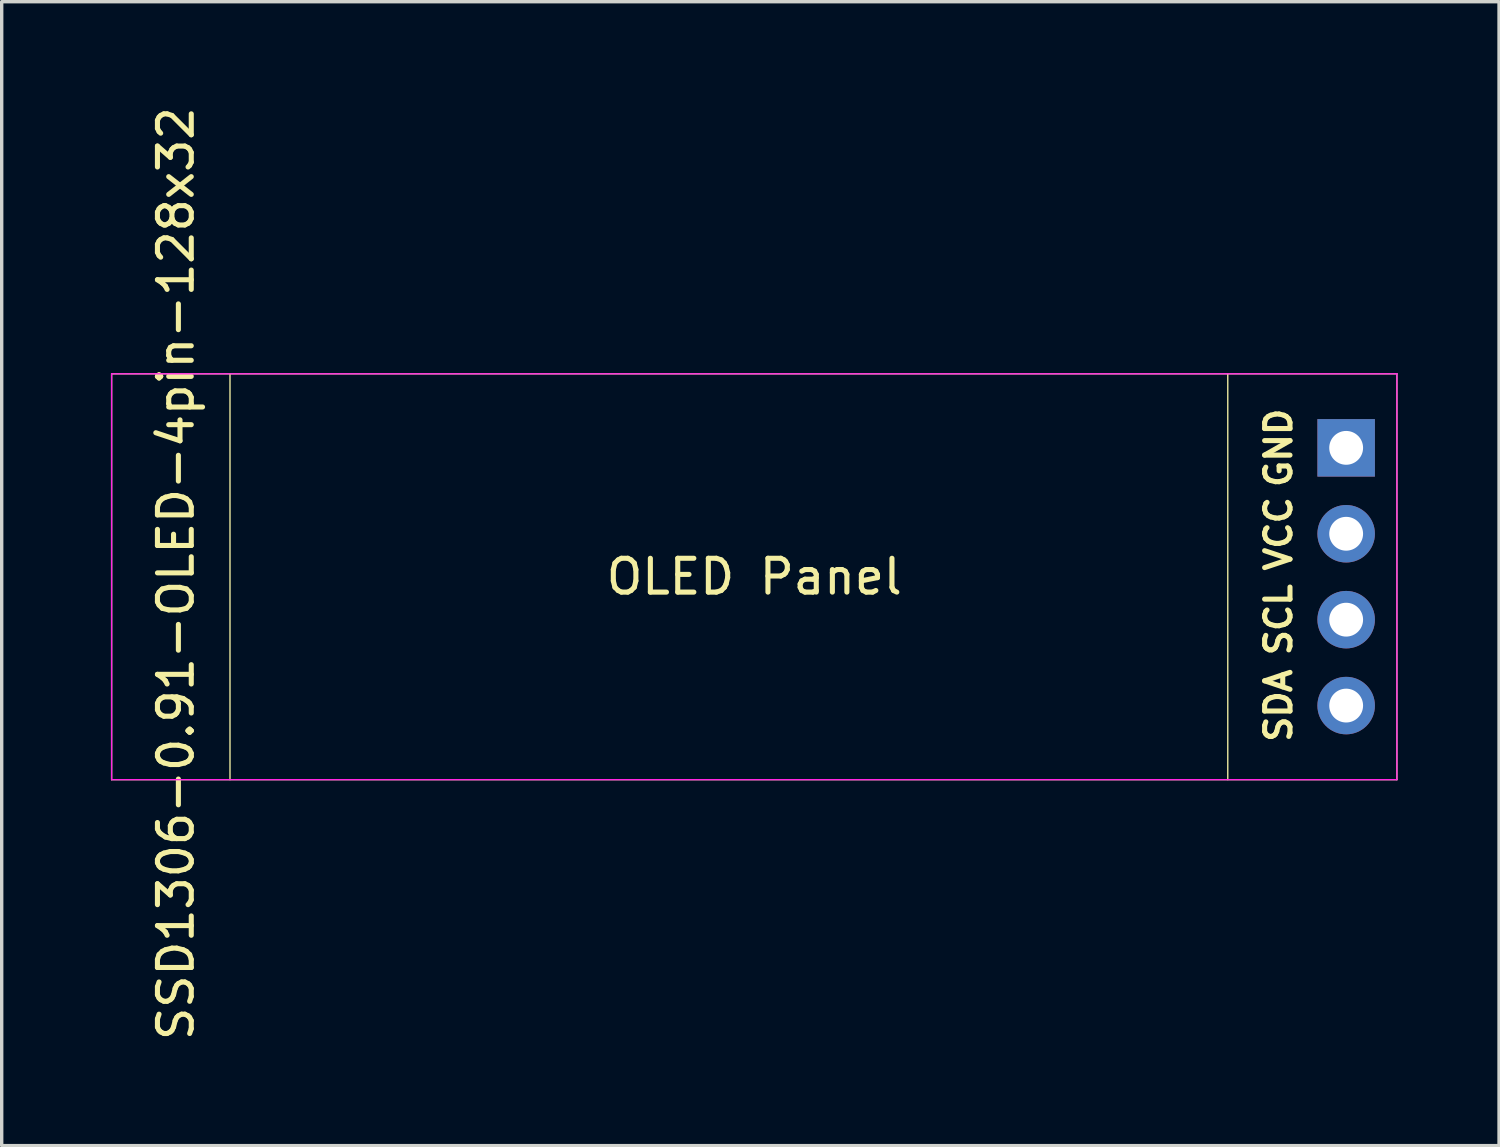
<source format=kicad_pcb>
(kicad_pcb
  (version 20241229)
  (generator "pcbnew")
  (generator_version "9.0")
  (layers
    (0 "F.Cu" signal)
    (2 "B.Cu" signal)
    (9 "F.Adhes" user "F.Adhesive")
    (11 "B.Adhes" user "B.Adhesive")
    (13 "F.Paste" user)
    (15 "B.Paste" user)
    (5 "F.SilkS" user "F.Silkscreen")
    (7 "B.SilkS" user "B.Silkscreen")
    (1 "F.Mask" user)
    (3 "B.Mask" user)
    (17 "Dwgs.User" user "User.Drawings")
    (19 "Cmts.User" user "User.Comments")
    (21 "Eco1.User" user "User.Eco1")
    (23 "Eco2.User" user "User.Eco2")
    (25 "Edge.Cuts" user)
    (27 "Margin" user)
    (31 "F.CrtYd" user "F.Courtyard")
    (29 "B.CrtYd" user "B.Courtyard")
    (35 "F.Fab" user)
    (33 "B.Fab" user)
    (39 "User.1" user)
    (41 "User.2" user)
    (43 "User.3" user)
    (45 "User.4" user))
  (footprint "SSD1306-0.91-OLED-4pin-128x32"
    (layer "F.Cu")
    (at 0.25 8.001)
    (property "Reference" "SSD1306-0.91-OLED-4pin-128x32" (at 1.9 5.91 90) (layer "F.SilkS") (effects (font (size 1 1) (thickness 0.15))))
    (attr through_hole)
    (fp_line (start 0 0) (end 0 12) (stroke (width 0.04) (type solid)) (layer "F.SilkS"))
    (fp_line (start 0 12) (end 38 12) (stroke (width 0.04) (type solid)) (layer "F.SilkS"))
    (fp_line (start 3.5 0) (end 3.5 12) (stroke (width 0.04) (type solid)) (layer "F.SilkS"))
    (fp_line (start 33 0) (end 33 12) (stroke (width 0.04) (type solid)) (layer "F.SilkS"))
    (fp_line (start 38 0) (end 0 0) (stroke (width 0.04) (type solid)) (layer "F.SilkS"))
    (fp_line (start 38 12) (end 38 0) (stroke (width 0.04) (type solid)) (layer "F.SilkS"))
    (fp_line (start 0 0) (end 0 12) (stroke (width 0.04) (type solid)) (layer "F.CrtYd"))
    (fp_line (start 0 12) (end 38 12) (stroke (width 0.04) (type solid)) (layer "F.CrtYd"))
    (fp_line (start 38 0) (end 0 0) (stroke (width 0.04) (type solid)) (layer "F.CrtYd"))
    (fp_line (start 38 12) (end 38 0) (stroke (width 0.04) (type solid)) (layer "F.CrtYd"))
    (fp_text user "SDA" (at 34.5 9.81 270) (layer "F.SilkS") (effects (font (size 0.75 0.75) (thickness 0.15))))
    (fp_text user "VCC" (at 34.5 4.73 270) (layer "F.SilkS") (effects (font (size 0.75 0.75) (thickness 0.15))))
    (fp_text user "OLED Panel" (at 19 6 0) (layer "F.SilkS") (effects (font (size 1 1) (thickness 0.15))))
    (fp_text user "GND" (at 34.5 2.19 270) (layer "F.SilkS") (effects (font (size 0.75 0.75) (thickness 0.15))))
    (fp_text user "SCL" (at 34.5 7.27 270) (layer "F.SilkS") (effects (font (size 0.75 0.75) (thickness 0.15))))
    (pad "1" thru_hole oval (at 36.5 9.81) (size 1.7 1.7) (drill 1) (layers "*.Cu" "*.Mask"))
    (pad "2" thru_hole oval (at 36.5 7.27) (size 1.7 1.7) (drill 1) (layers "*.Cu" "*.Mask"))
    (pad "3" thru_hole oval (at 36.5 4.73) (size 1.7 1.7) (drill 1) (layers "*.Cu" "*.Mask"))
    (pad "4" thru_hole rect (at 36.5 2.19) (size 1.7 1.7) (drill 1) (layers "*.Cu" "*.Mask")))
  (gr_rect
    (start -3 -3)
    (end 41.27 30.821)
    (stroke (width 0.1) (type default))
    (fill no)
    (layer "Edge.Cuts")))
</source>
